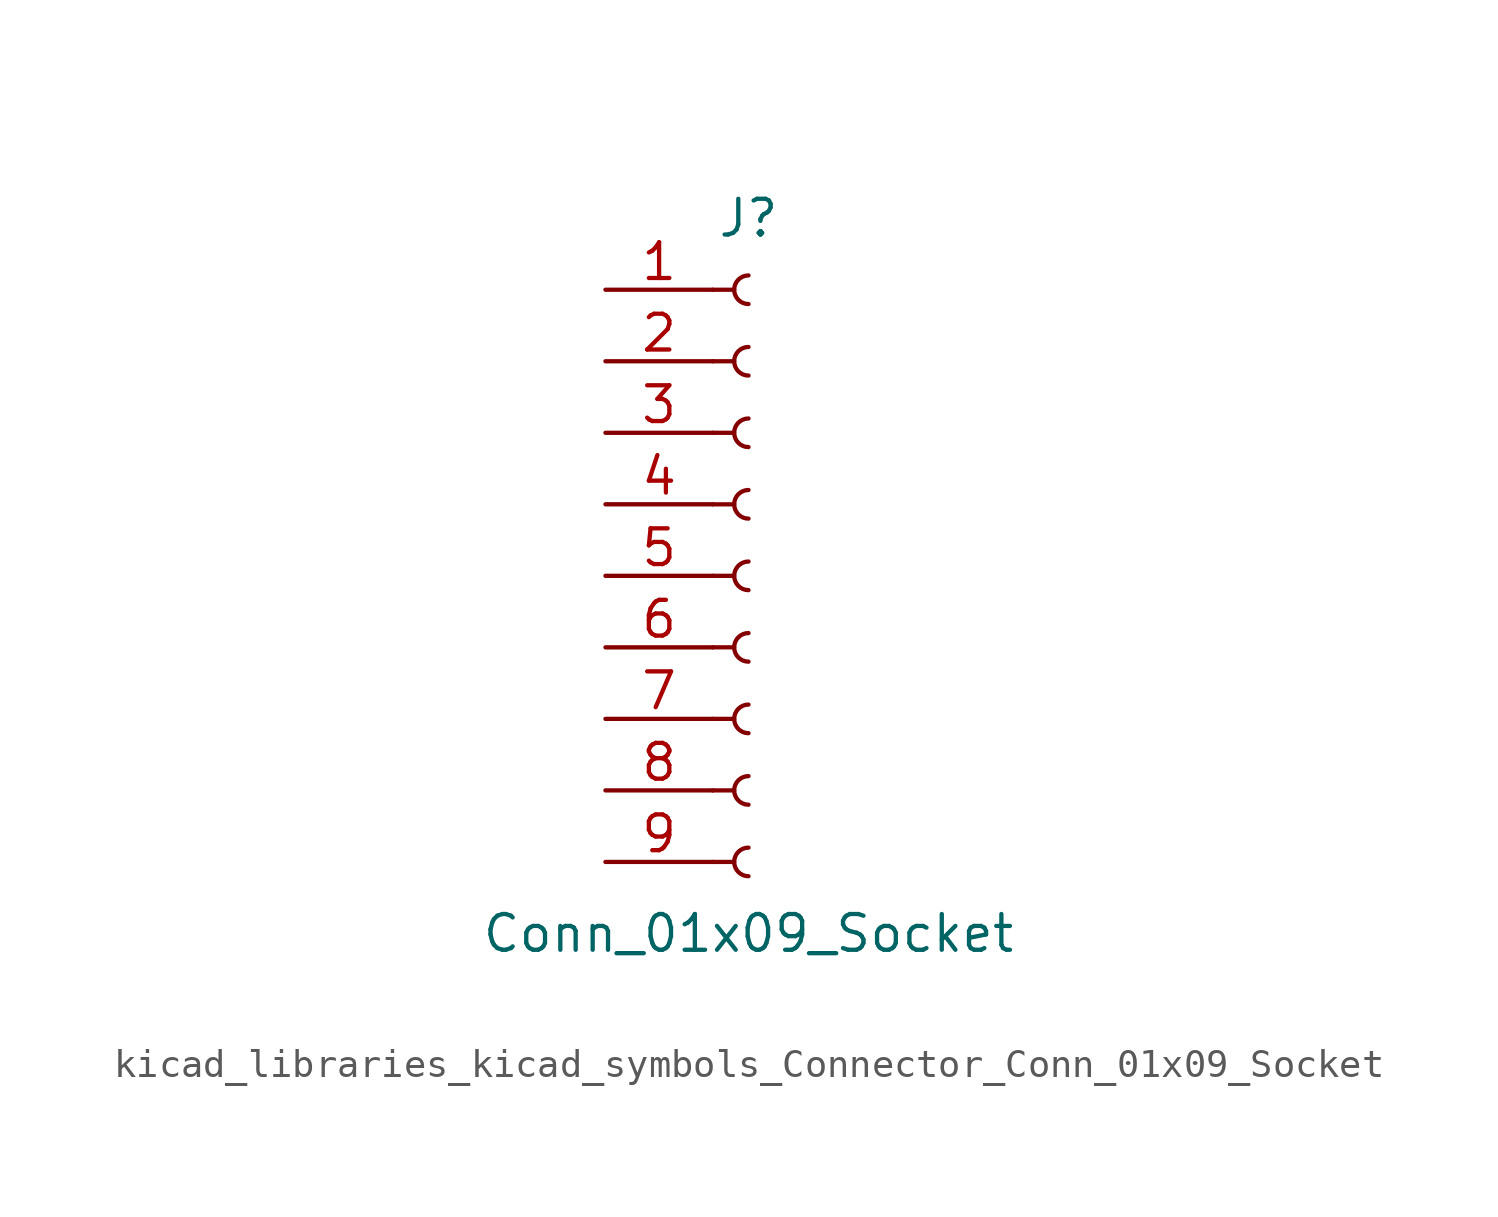
<source format=kicad_sym>
(kicad_symbol_lib
  (version 20220914)
  (generator kicad_symbol_editor)
  (symbol "kicad_libraries_kicad_symbols_Connector_Conn_01x09_Socket"
    (pin_names
      (offset 1.016) hide)
    (property "Reference" "J"
      (at 0 12.7 0)
      (effects (font (size 1.27 1.27))))
    (property "Value" "Conn_01x09_Socket"
      (at 0 -12.7 0)
      (effects (font (size 1.27 1.27))))
    (property "ki_locked" ""
      (at 0 0 0)
      (effects (font (size 1.27 1.27))))
    (symbol "kicad_libraries_kicad_symbols_Connector_Conn_01x09_Socket_1_1"
      (arc (start 0 -9.652) (mid -0.5058 -10.16) (end 0 -10.668) (stroke (width 0.1524) (type default)) (fill (type none)))
      (arc (start 0 -7.112) (mid -0.5058 -7.62) (end 0 -8.128) (stroke (width 0.1524) (type default)) (fill (type none)))
      (arc (start 0 -4.572) (mid -0.5058 -5.08) (end 0 -5.588) (stroke (width 0.1524) (type default)) (fill (type none)))
      (arc (start 0 -2.032) (mid -0.5058 -2.54) (end 0 -3.048) (stroke (width 0.1524) (type default)) (fill (type none)))
      (polyline (pts (xy -1.27 -10.16) (xy -0.508 -10.16)) (stroke (width 0.152) (type default)) (fill (type none)))
      (polyline (pts (xy -1.27 -7.62) (xy -0.508 -7.62)) (stroke (width 0.152) (type default)) (fill (type none)))
      (polyline (pts (xy -1.27 -5.08) (xy -0.508 -5.08)) (stroke (width 0.152) (type default)) (fill (type none)))
      (polyline (pts (xy -1.27 -2.54) (xy -0.508 -2.54)) (stroke (width 0.152) (type default)) (fill (type none)))
      (polyline (pts (xy -1.27 0) (xy -0.508 0)) (stroke (width 0.152) (type default)) (fill (type none)))
      (polyline (pts (xy -1.27 2.54) (xy -0.508 2.54)) (stroke (width 0.152) (type default)) (fill (type none)))
      (polyline (pts (xy -1.27 5.08) (xy -0.508 5.08)) (stroke (width 0.152) (type default)) (fill (type none)))
      (polyline (pts (xy -1.27 7.62) (xy -0.508 7.62)) (stroke (width 0.152) (type default)) (fill (type none)))
      (polyline (pts (xy -1.27 10.16) (xy -0.508 10.16)) (stroke (width 0.152) (type default)) (fill (type none)))
      (arc (start 0 0.508) (mid -0.5058 0) (end 0 -0.508) (stroke (width 0.1524) (type default)) (fill (type none)))
      (arc (start 0 3.048) (mid -0.5058 2.54) (end 0 2.032) (stroke (width 0.1524) (type default)) (fill (type none)))
      (arc (start 0 5.588) (mid -0.5058 5.08) (end 0 4.572) (stroke (width 0.1524) (type default)) (fill (type none)))
      (arc (start 0 8.128) (mid -0.5058 7.62) (end 0 7.112) (stroke (width 0.1524) (type default)) (fill (type none)))
      (arc (start 0 10.668) (mid -0.5058 10.16) (end 0 9.652) (stroke (width 0.1524) (type default)) (fill (type none)))
      (pin passive line (at -5.08 10.16 0) (length 3.81) (name "Pin_1" (effects (font (size 1.27 1.27)))) (number "1" (effects (font (size 1.27 1.27)))))
      (pin passive line (at -5.08 7.62 0) (length 3.81) (name "Pin_2" (effects (font (size 1.27 1.27)))) (number "2" (effects (font (size 1.27 1.27)))))
      (pin passive line (at -5.08 5.08 0) (length 3.81) (name "Pin_3" (effects (font (size 1.27 1.27)))) (number "3" (effects (font (size 1.27 1.27)))))
      (pin passive line (at -5.08 2.54 0) (length 3.81) (name "Pin_4" (effects (font (size 1.27 1.27)))) (number "4" (effects (font (size 1.27 1.27)))))
      (pin passive line (at -5.08 0 0) (length 3.81) (name "Pin_5" (effects (font (size 1.27 1.27)))) (number "5" (effects (font (size 1.27 1.27)))))
      (pin passive line (at -5.08 -2.54 0) (length 3.81) (name "Pin_6" (effects (font (size 1.27 1.27)))) (number "6" (effects (font (size 1.27 1.27)))))
      (pin passive line (at -5.08 -5.08 0) (length 3.81) (name "Pin_7" (effects (font (size 1.27 1.27)))) (number "7" (effects (font (size 1.27 1.27)))))
      (pin passive line (at -5.08 -7.62 0) (length 3.81) (name "Pin_8" (effects (font (size 1.27 1.27)))) (number "8" (effects (font (size 1.27 1.27)))))
      (pin passive line (at -5.08 -10.16 0) (length 3.81) (name "Pin_9" (effects (font (size 1.27 1.27)))) (number "9" (effects (font (size 1.27 1.27))))))))
</source>
